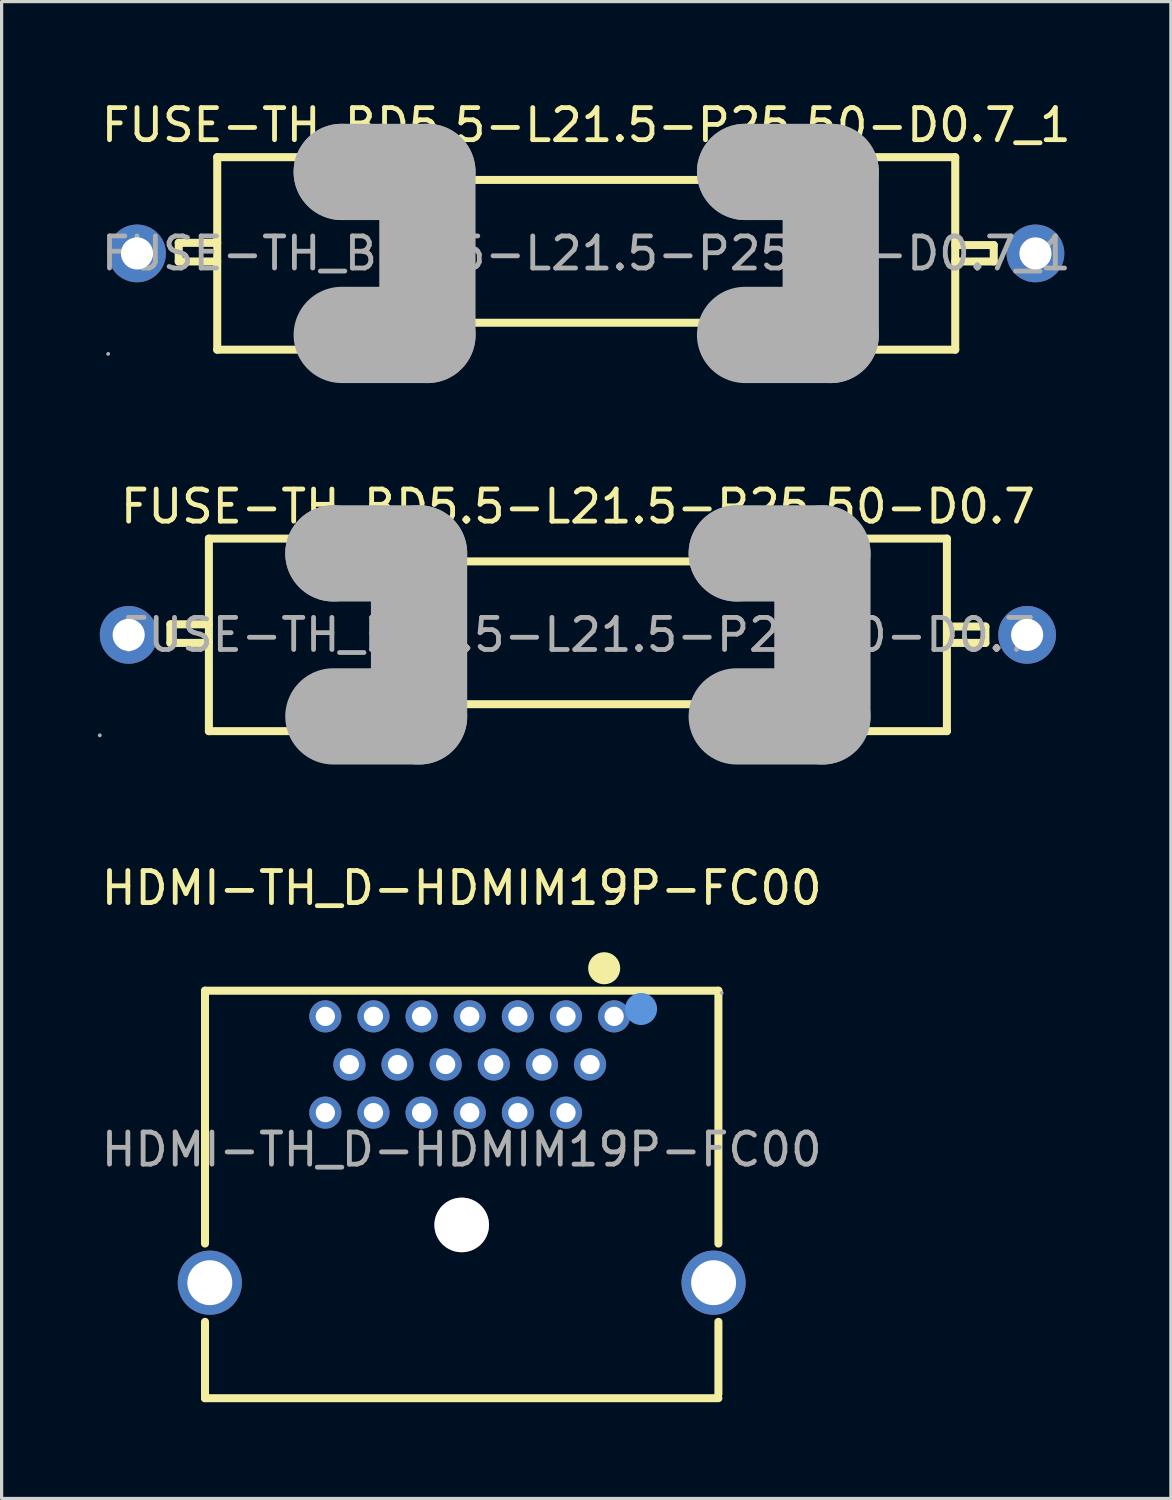
<source format=kicad_pcb>
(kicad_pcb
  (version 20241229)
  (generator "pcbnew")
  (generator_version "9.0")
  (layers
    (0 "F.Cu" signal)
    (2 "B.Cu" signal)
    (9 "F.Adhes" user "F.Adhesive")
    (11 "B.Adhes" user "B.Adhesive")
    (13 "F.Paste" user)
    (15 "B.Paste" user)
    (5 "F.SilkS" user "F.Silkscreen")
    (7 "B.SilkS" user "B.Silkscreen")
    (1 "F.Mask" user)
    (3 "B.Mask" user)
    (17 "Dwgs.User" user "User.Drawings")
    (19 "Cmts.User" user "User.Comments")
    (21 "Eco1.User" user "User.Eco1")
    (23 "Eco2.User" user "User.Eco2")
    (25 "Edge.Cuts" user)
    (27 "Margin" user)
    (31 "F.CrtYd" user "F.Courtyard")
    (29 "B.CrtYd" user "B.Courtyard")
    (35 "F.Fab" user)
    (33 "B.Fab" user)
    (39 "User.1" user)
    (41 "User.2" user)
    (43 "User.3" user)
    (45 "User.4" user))
  (footprint "FUSE-TH_BD5.5-L21.5-P25.50-D0.7"
    (layer "F.Cu")
    (at 14.96 16.736)
    (property "Reference" "FUSE-TH_BD5.5-L21.5-P25.50-D0.7" (at 0 -4 0) (layer "F.SilkS") (effects (font (size 1 1) (thickness 0.15))))
    (attr through_hole)
    (fp_line (start -12.7 -0.33) (end -12.7 0.25) (stroke (width 0.25) (type solid)) (layer "F.SilkS"))
    (fp_line (start -12.7 0.25) (end -11.5 0.25) (stroke (width 0.25) (type solid)) (layer "F.SilkS"))
    (fp_line (start -11.5 -3) (end -11.5 3) (stroke (width 0.25) (type solid)) (layer "F.SilkS"))
    (fp_line (start -11.5 -3) (end -7.62 -3) (stroke (width 0.25) (type solid)) (layer "F.SilkS"))
    (fp_line (start -11.5 -0.33) (end -12.7 -0.33) (stroke (width 0.25) (type solid)) (layer "F.SilkS"))
    (fp_line (start -7.62 -2.54) (end -7.62 -3) (stroke (width 0.25) (type solid)) (layer "F.SilkS"))
    (fp_line (start -7.62 2.54) (end -7.62 3) (stroke (width 0.25) (type solid)) (layer "F.SilkS"))
    (fp_line (start -7.62 3) (end -11.5 3) (stroke (width 0.25) (type solid)) (layer "F.SilkS"))
    (fp_line (start -4.95 -2.29) (end 4.95 -2.29) (stroke (width 0.25) (type solid)) (layer "F.SilkS"))
    (fp_line (start -4.95 2.16) (end 4.95 2.16) (stroke (width 0.25) (type solid)) (layer "F.SilkS"))
    (fp_line (start 7.62 -3) (end 11.5 -3) (stroke (width 0.25) (type solid)) (layer "F.SilkS"))
    (fp_line (start 7.62 -2.54) (end 7.62 -3) (stroke (width 0.25) (type solid)) (layer "F.SilkS"))
    (fp_line (start 7.62 2.54) (end 7.62 3) (stroke (width 0.25) (type solid)) (layer "F.SilkS"))
    (fp_line (start 7.62 3) (end 11.5 3) (stroke (width 0.25) (type solid)) (layer "F.SilkS"))
    (fp_line (start 11.5 -3) (end 11.5 3) (stroke (width 0.25) (type solid)) (layer "F.SilkS"))
    (fp_line (start 11.5 -0.26) (end 12.7 -0.26) (stroke (width 0.25) (type solid)) (layer "F.SilkS"))
    (fp_line (start 12.7 -0.26) (end 12.7 0.25) (stroke (width 0.25) (type solid)) (layer "F.SilkS"))
    (fp_line (start 12.7 0.25) (end 11.5 0.25) (stroke (width 0.25) (type solid)) (layer "F.SilkS"))
    (fp_line (start -7.62 -2.54) (end -7.62 -2.54) (stroke (width 3) (type solid)) (layer "F.Fab"))
    (fp_line (start -7.62 -2.54) (end -4.95 -2.54) (stroke (width 3) (type solid)) (layer "F.Fab"))
    (fp_line (start -4.95 -2.54) (end -4.95 2.54) (stroke (width 3) (type solid)) (layer "F.Fab"))
    (fp_line (start -4.95 2.54) (end -7.62 2.54) (stroke (width 3) (type solid)) (layer "F.Fab"))
    (fp_line (start 4.95 -2.54) (end 4.95 -2.54) (stroke (width 3) (type solid)) (layer "F.Fab"))
    (fp_line (start 4.95 -2.54) (end 7.62 -2.54) (stroke (width 3) (type solid)) (layer "F.Fab"))
    (fp_line (start 7.62 -2.54) (end 7.62 2.54) (stroke (width 3) (type solid)) (layer "F.Fab"))
    (fp_line (start 7.62 2.54) (end 4.95 2.54) (stroke (width 3) (type solid)) (layer "F.Fab"))
    (fp_circle (center -14.9 3.13) (end -14.87 3.13) (stroke (width 0.06) (type solid)) (fill no) (layer "F.Fab"))
    (fp_circle (center -14 0) (end -13.8 0) (stroke (width 0.4) (type solid)) (fill no) (layer "F.Fab"))
    (fp_circle (center 14 0) (end 14.2 0) (stroke (width 0.4) (type solid)) (fill no) (layer "F.Fab"))
    (fp_text user "${REFERENCE}" (at 0 0 0) (layer "F.Fab") (effects (font (size 1 1) (thickness 0.15))))
    (pad "1" thru_hole circle (at -14 0) (size 1.8 1.8) (drill 1) (layers "*.Cu" "*.Mask"))
    (pad "2" thru_hole circle (at 14 0) (size 1.8 1.8) (drill 1) (layers "*.Cu" "*.Mask")))
  (footprint "FUSE-TH_BD5.5-L21.5-P25.50-D0.7_1"
    (layer "F.Cu")
    (at 15.22 4.848)
    (property "Reference" "FUSE-TH_BD5.5-L21.5-P25.50-D0.7_1" (at 0 -4 0) (layer "F.SilkS") (effects (font (size 1 1) (thickness 0.15))))
    (attr through_hole)
    (fp_line (start -12.7 -0.33) (end -12.7 0.25) (stroke (width 0.25) (type solid)) (layer "F.SilkS"))
    (fp_line (start -12.7 0.25) (end -11.5 0.25) (stroke (width 0.25) (type solid)) (layer "F.SilkS"))
    (fp_line (start -11.5 -3) (end -11.5 3) (stroke (width 0.25) (type solid)) (layer "F.SilkS"))
    (fp_line (start -11.5 -3) (end -7.62 -3) (stroke (width 0.25) (type solid)) (layer "F.SilkS"))
    (fp_line (start -11.5 -0.33) (end -12.7 -0.33) (stroke (width 0.25) (type solid)) (layer "F.SilkS"))
    (fp_line (start -7.62 -2.54) (end -7.62 -3) (stroke (width 0.25) (type solid)) (layer "F.SilkS"))
    (fp_line (start -7.62 2.54) (end -7.62 3) (stroke (width 0.25) (type solid)) (layer "F.SilkS"))
    (fp_line (start -7.62 3) (end -11.5 3) (stroke (width 0.25) (type solid)) (layer "F.SilkS"))
    (fp_line (start -4.95 -2.29) (end 4.95 -2.29) (stroke (width 0.25) (type solid)) (layer "F.SilkS"))
    (fp_line (start -4.95 2.16) (end 4.95 2.16) (stroke (width 0.25) (type solid)) (layer "F.SilkS"))
    (fp_line (start 7.62 -3) (end 11.5 -3) (stroke (width 0.25) (type solid)) (layer "F.SilkS"))
    (fp_line (start 7.62 -2.54) (end 7.62 -3) (stroke (width 0.25) (type solid)) (layer "F.SilkS"))
    (fp_line (start 7.62 2.54) (end 7.62 3) (stroke (width 0.25) (type solid)) (layer "F.SilkS"))
    (fp_line (start 7.62 3) (end 11.5 3) (stroke (width 0.25) (type solid)) (layer "F.SilkS"))
    (fp_line (start 11.5 -3) (end 11.5 3) (stroke (width 0.25) (type solid)) (layer "F.SilkS"))
    (fp_line (start 11.5 -0.26) (end 12.7 -0.26) (stroke (width 0.25) (type solid)) (layer "F.SilkS"))
    (fp_line (start 12.7 -0.26) (end 12.7 0.25) (stroke (width 0.25) (type solid)) (layer "F.SilkS"))
    (fp_line (start 12.7 0.25) (end 11.5 0.25) (stroke (width 0.25) (type solid)) (layer "F.SilkS"))
    (fp_line (start -7.62 -2.54) (end -7.62 -2.54) (stroke (width 3) (type solid)) (layer "F.Fab"))
    (fp_line (start -7.62 -2.54) (end -4.95 -2.54) (stroke (width 3) (type solid)) (layer "F.Fab"))
    (fp_line (start -4.95 -2.54) (end -4.95 2.54) (stroke (width 3) (type solid)) (layer "F.Fab"))
    (fp_line (start -4.95 2.54) (end -7.62 2.54) (stroke (width 3) (type solid)) (layer "F.Fab"))
    (fp_line (start 4.95 -2.54) (end 4.95 -2.54) (stroke (width 3) (type solid)) (layer "F.Fab"))
    (fp_line (start 4.95 -2.54) (end 7.62 -2.54) (stroke (width 3) (type solid)) (layer "F.Fab"))
    (fp_line (start 7.62 -2.54) (end 7.62 2.54) (stroke (width 3) (type solid)) (layer "F.Fab"))
    (fp_line (start 7.62 2.54) (end 4.95 2.54) (stroke (width 3) (type solid)) (layer "F.Fab"))
    (fp_circle (center -14.9 3.13) (end -14.87 3.13) (stroke (width 0.06) (type solid)) (fill no) (layer "F.Fab"))
    (fp_circle (center -14 0) (end -13.8 0) (stroke (width 0.4) (type solid)) (fill no) (layer "F.Fab"))
    (fp_circle (center 14 0) (end 14.2 0) (stroke (width 0.4) (type solid)) (fill no) (layer "F.Fab"))
    (fp_text user "${REFERENCE}" (at 0 0 0) (layer "F.Fab") (effects (font (size 1 1) (thickness 0.15))))
    (pad "1" thru_hole circle (at -14 0) (size 1.8 1.8) (drill 1) (layers "*.Cu" "*.Mask"))
    (pad "2" thru_hole circle (at 14 0) (size 1.8 1.8) (drill 1) (layers "*.Cu" "*.Mask")))
  (footprint "HDMI-TH_D-HDMIM19P-FC00"
    (layer "F.Cu")
    (at 11.339 32.775)
    (property "Reference" "HDMI-TH_D-HDMIM19P-FC00" (at 0 -8.15 0) (layer "F.SilkS") (effects (font (size 1 1) (thickness 0.15))))
    (attr through_hole)
    (fp_line (start -8 -4.95) (end 8 -4.95) (stroke (width 0.25) (type solid)) (layer "F.SilkS"))
    (fp_line (start -8 2.93) (end -8 -4.95) (stroke (width 0.25) (type solid)) (layer "F.SilkS"))
    (fp_line (start -8 7.75) (end -8 5.37) (stroke (width 0.25) (type solid)) (layer "F.SilkS"))
    (fp_line (start 8 2.93) (end 8 -4.95) (stroke (width 0.25) (type solid)) (layer "F.SilkS"))
    (fp_line (start 8 7.62) (end 8 5.37) (stroke (width 0.25) (type solid)) (layer "F.SilkS"))
    (fp_line (start 8 7.75) (end -8 7.75) (stroke (width 0.25) (type solid)) (layer "F.SilkS"))
    (fp_circle (center 4.44 -5.65) (end 4.69 -5.65) (stroke (width 0.5) (type solid)) (fill no) (layer "F.SilkS"))
    (fp_circle (center 0 2.35) (end 0.41 2.35) (stroke (width 0.82) (type solid)) (fill no) (layer "Cmts.User"))
    (fp_circle (center 5.59 -4.38) (end 5.84 -4.38) (stroke (width 0.5) (type solid)) (fill no) (layer "Cmts.User"))
    (fp_circle (center 8.1 -4.88) (end 8.13 -4.88) (stroke (width 0.06) (type solid)) (fill no) (layer "F.Fab"))
    (fp_text user "${REFERENCE}" (at 0 0 0) (layer "F.Fab") (effects (font (size 1 1) (thickness 0.15))))
    (pad "" thru_hole circle (at 0 2.35) (size 1.7 1.7) (drill 1.7) (layers "*.Cu" "*.Mask"))
    (pad "1" thru_hole circle (at 4.75 -4.15) (size 1 1) (drill 0.6) (layers "*.Cu" "*.Mask"))
    (pad "2" thru_hole circle (at 4 -2.65) (size 1 1) (drill 0.6) (layers "*.Cu" "*.Mask"))
    (pad "3" thru_hole circle (at 3.25 -4.15) (size 1 1) (drill 0.6) (layers "*.Cu" "*.Mask"))
    (pad "4" thru_hole circle (at 3.25 -1.15) (size 1 1) (drill 0.6) (layers "*.Cu" "*.Mask"))
    (pad "5" thru_hole circle (at 2.5 -2.65) (size 1 1) (drill 0.6) (layers "*.Cu" "*.Mask"))
    (pad "6" thru_hole circle (at 1.75 -1.15) (size 1 1) (drill 0.6) (layers "*.Cu" "*.Mask"))
    (pad "7" thru_hole circle (at 1.75 -4.15) (size 1 1) (drill 0.6) (layers "*.Cu" "*.Mask"))
    (pad "8" thru_hole circle (at 1 -2.65) (size 1 1) (drill 0.6) (layers "*.Cu" "*.Mask"))
    (pad "9" thru_hole circle (at 0.25 -4.15) (size 1 1) (drill 0.6) (layers "*.Cu" "*.Mask"))
    (pad "10" thru_hole circle (at 0.25 -1.15) (size 1 1) (drill 0.6) (layers "*.Cu" "*.Mask"))
    (pad "11" thru_hole circle (at -0.5 -2.65) (size 1 1) (drill 0.6) (layers "*.Cu" "*.Mask"))
    (pad "12" thru_hole circle (at -1.25 -1.15) (size 1 1) (drill 0.6) (layers "*.Cu" "*.Mask"))
    (pad "13" thru_hole circle (at -1.25 -4.15) (size 1 1) (drill 0.6) (layers "*.Cu" "*.Mask"))
    (pad "14" thru_hole circle (at -2 -2.65) (size 1 1) (drill 0.6) (layers "*.Cu" "*.Mask"))
    (pad "15" thru_hole circle (at -2.75 -4.15) (size 1 1) (drill 0.6) (layers "*.Cu" "*.Mask"))
    (pad "16" thru_hole circle (at -2.75 -1.15) (size 1 1) (drill 0.6) (layers "*.Cu" "*.Mask"))
    (pad "17" thru_hole circle (at -3.5 -2.65) (size 1 1) (drill 0.6) (layers "*.Cu" "*.Mask"))
    (pad "18" thru_hole circle (at -4.25 -1.15) (size 1 1) (drill 0.6) (layers "*.Cu" "*.Mask"))
    (pad "19" thru_hole circle (at -4.25 -4.15) (size 1 1) (drill 0.6) (layers "*.Cu" "*.Mask"))
    (pad "20" thru_hole circle (at -7.85 4.15) (size 2 2) (drill 1.4) (layers "*.Cu" "*.Mask"))
    (pad "21" thru_hole circle (at 7.85 4.15) (size 2 2) (drill 1.4) (layers "*.Cu" "*.Mask")))
  (gr_rect
    (start -3 -3)
    (end 33.44 43.65)
    (stroke (width 0.1) (type default))
    (fill no)
    (layer "Edge.Cuts")))
</source>
